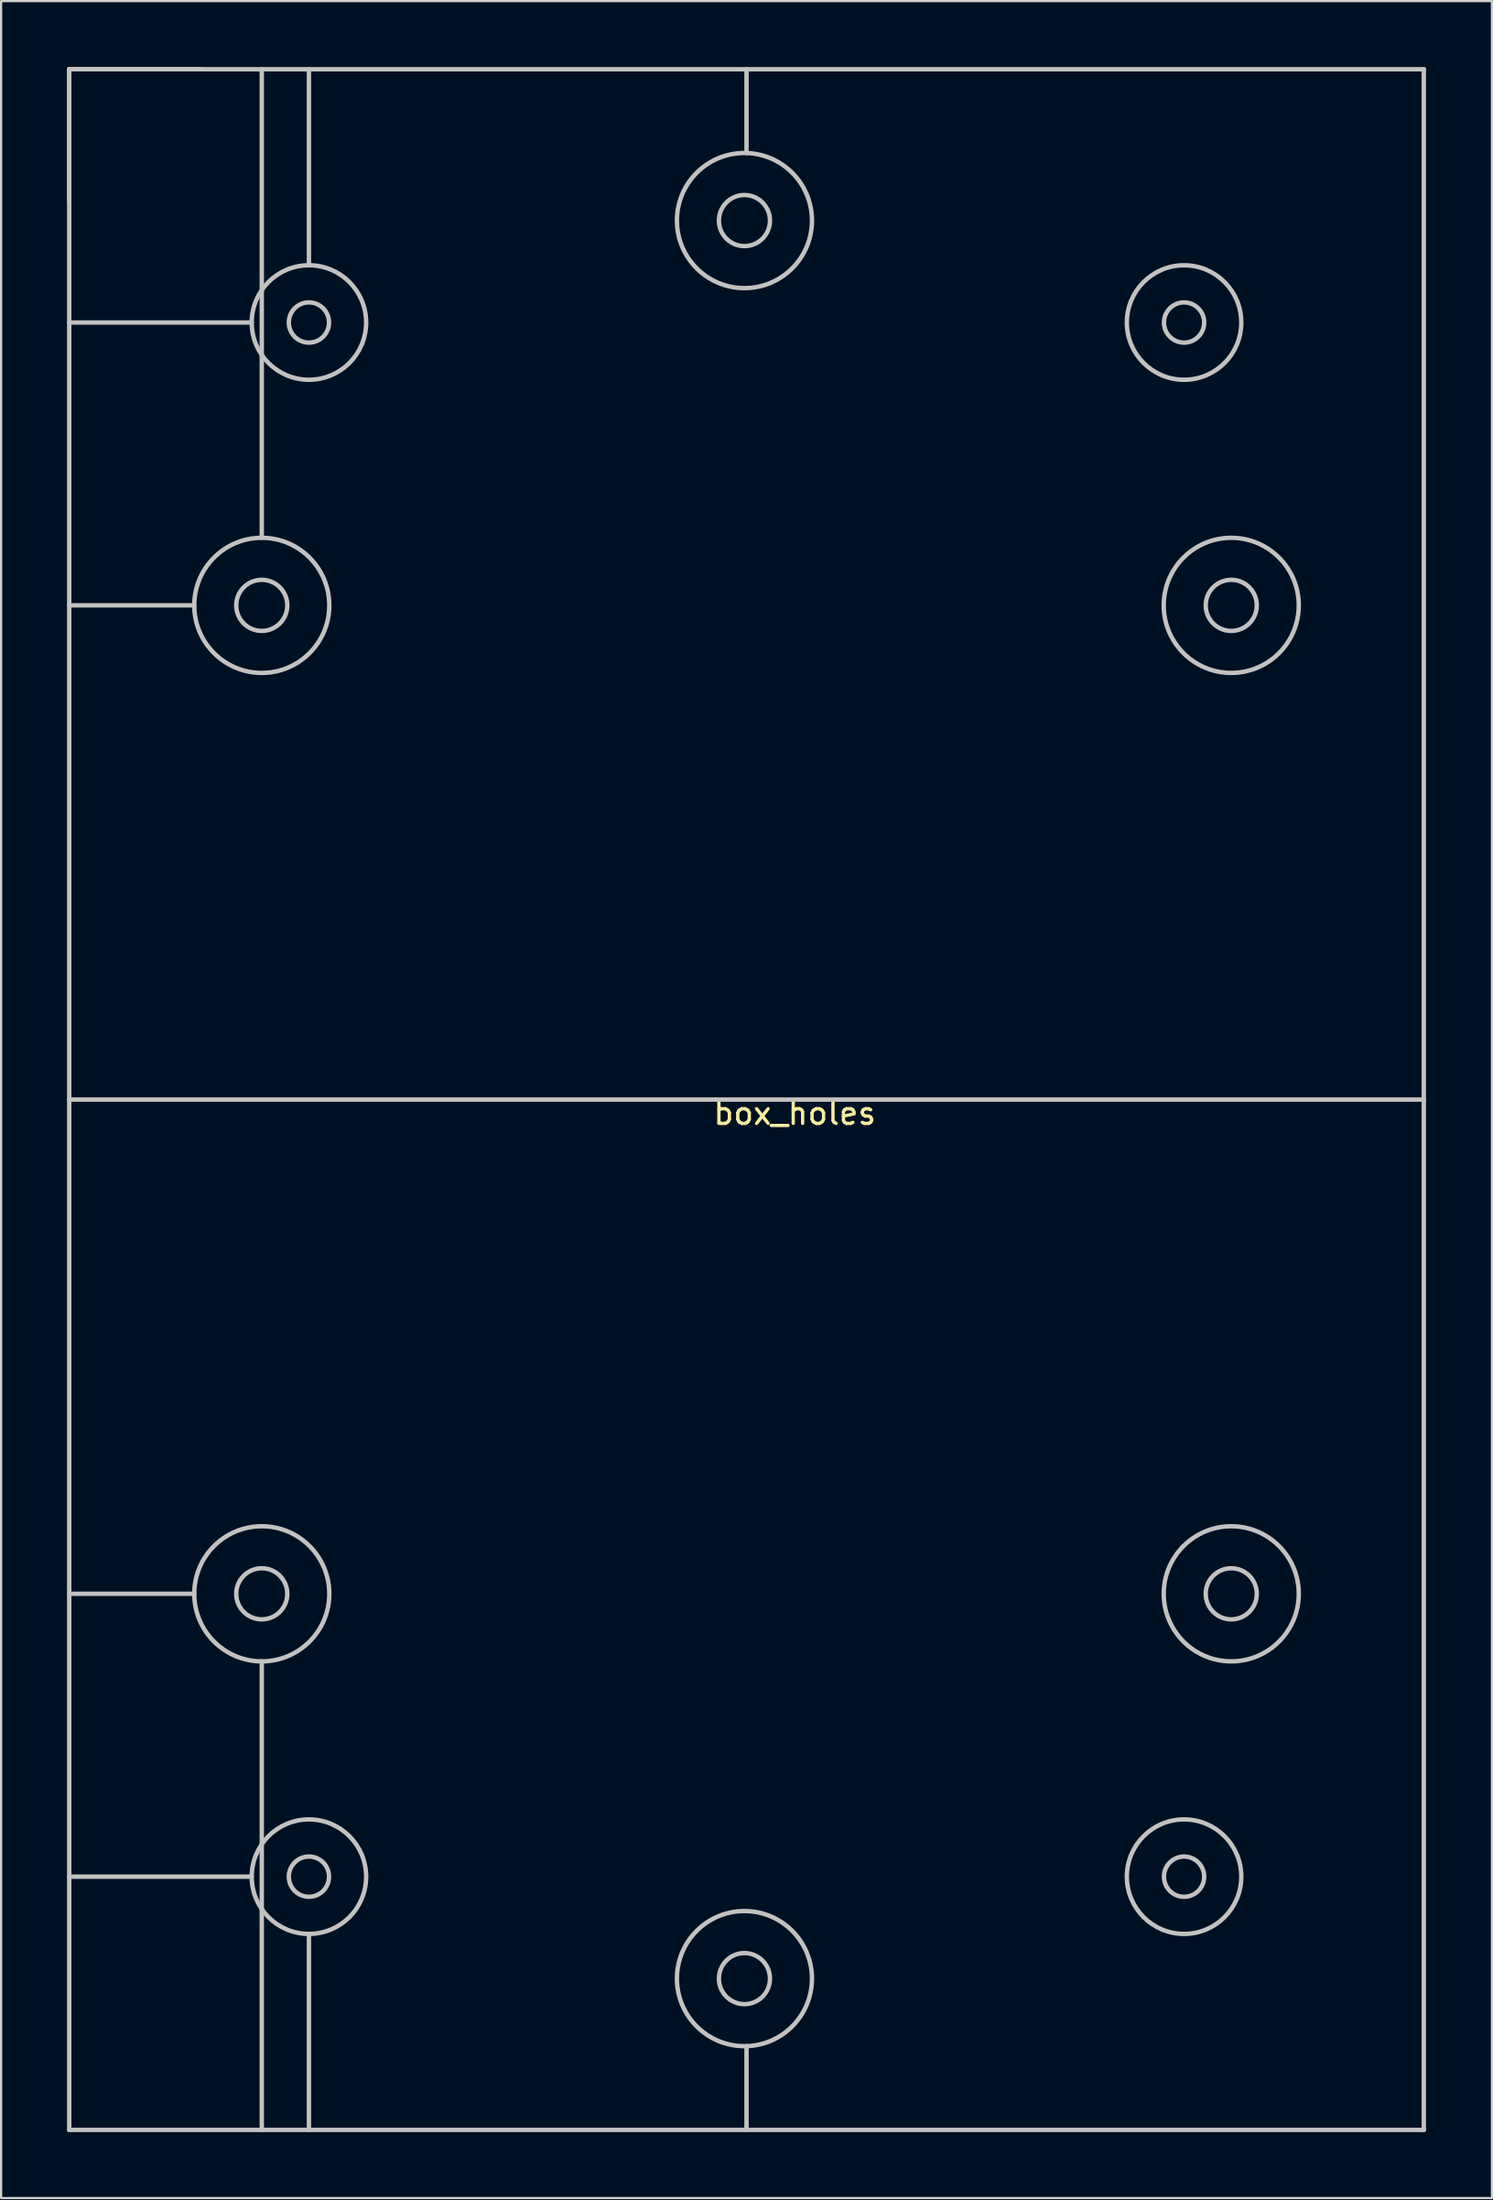
<source format=kicad_pcb>
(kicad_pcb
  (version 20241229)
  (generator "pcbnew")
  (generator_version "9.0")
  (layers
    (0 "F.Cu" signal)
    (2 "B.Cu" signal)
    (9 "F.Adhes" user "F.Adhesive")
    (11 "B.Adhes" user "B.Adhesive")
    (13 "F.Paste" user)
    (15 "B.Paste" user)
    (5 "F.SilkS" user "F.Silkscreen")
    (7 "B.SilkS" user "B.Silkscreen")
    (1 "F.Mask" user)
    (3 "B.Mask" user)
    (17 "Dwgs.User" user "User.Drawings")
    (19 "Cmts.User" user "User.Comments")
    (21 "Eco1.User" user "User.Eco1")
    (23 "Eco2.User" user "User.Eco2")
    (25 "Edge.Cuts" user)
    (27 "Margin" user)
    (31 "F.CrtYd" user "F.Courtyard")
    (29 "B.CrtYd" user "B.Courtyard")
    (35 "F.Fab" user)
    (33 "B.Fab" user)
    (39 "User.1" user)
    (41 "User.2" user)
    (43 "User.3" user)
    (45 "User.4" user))
  (footprint "box_holes"
    (layer "F.Cu")
    (at 33.12 47.09)
    (property "Reference" "box_holes" (at 0 0.5 0) (layer "F.SilkS") (effects (font (size 1 1) (thickness 0.15))))
    (attr through_hole)
    (fp_line (start -33.02 -46.99) (end -33.02 46.736) (stroke (width 0.2) (type solid)) (layer "Dwgs.User"))
    (fp_line (start -33.02 -46.99) (end -27.06 -46.99) (stroke (width 0.2) (type solid)) (layer "Dwgs.User"))
    (fp_line (start -33.02 -41.03) (end -33.02 -46.99) (stroke (width 0.2) (type solid)) (layer "Dwgs.User"))
    (fp_line (start -33.02 46.736) (end 28.626 46.736) (stroke (width 0.2) (type solid)) (layer "Dwgs.User"))
    (fp_line (start -27.33 -22.606) (end -33.02 -22.606) (stroke (width 0.2) (type solid)) (layer "Dwgs.User"))
    (fp_line (start -27.33 22.352) (end -33.02 22.352) (stroke (width 0.2) (type solid)) (layer "Dwgs.User"))
    (fp_line (start -24.714 -35.471) (end -33.02 -35.471) (stroke (width 0.2) (type solid)) (layer "Dwgs.User"))
    (fp_line (start -24.714 35.217) (end -33.02 35.217) (stroke (width 0.2) (type solid)) (layer "Dwgs.User"))
    (fp_line (start -24.257 -25.679) (end -24.257 -46.99) (stroke (width 0.2) (type solid)) (layer "Dwgs.User"))
    (fp_line (start -24.257 25.425) (end -24.257 46.736) (stroke (width 0.2) (type solid)) (layer "Dwgs.User"))
    (fp_line (start -22.111 -46.99) (end -22.111 -38.075) (stroke (width 0.2) (type solid)) (layer "Dwgs.User"))
    (fp_line (start -22.111 46.736) (end -22.111 37.821) (stroke (width 0.2) (type solid)) (layer "Dwgs.User"))
    (fp_line (start -2.197 -46.99) (end -2.197 -43.18) (stroke (width 0.2) (type solid)) (layer "Dwgs.User"))
    (fp_line (start -2.197 46.736) (end -2.197 42.926) (stroke (width 0.2) (type solid)) (layer "Dwgs.User"))
    (fp_line (start 28.626 -46.99) (end -33.02 -46.99) (stroke (width 0.2) (type solid)) (layer "Dwgs.User"))
    (fp_line (start 28.626 -0.127) (end -33.02 -0.127) (stroke (width 0.2) (type solid)) (layer "Dwgs.User"))
    (fp_line (start 28.626 46.736) (end 28.626 -46.99) (stroke (width 0.2) (type solid)) (layer "Dwgs.User"))
    (fp_circle (center -24.257 -22.606) (end -23.095 -22.606) (stroke (width 0.2) (type solid)) (fill no) (layer "Dwgs.User"))
    (fp_circle (center -24.257 -22.606) (end -21.184 -22.606) (stroke (width 0.2) (type solid)) (fill no) (layer "Dwgs.User"))
    (fp_circle (center -24.257 22.352) (end -23.095 22.352) (stroke (width 0.2) (type solid)) (fill no) (layer "Dwgs.User"))
    (fp_circle (center -24.257 22.352) (end -21.184 22.352) (stroke (width 0.2) (type solid)) (fill no) (layer "Dwgs.User"))
    (fp_circle (center -22.111 -35.471) (end -21.196 -35.471) (stroke (width 0.2) (type solid)) (fill no) (layer "Dwgs.User"))
    (fp_circle (center -22.111 -35.471) (end -19.507 -35.471) (stroke (width 0.2) (type solid)) (fill no) (layer "Dwgs.User"))
    (fp_circle (center -22.111 35.217) (end -21.196 35.217) (stroke (width 0.2) (type solid)) (fill no) (layer "Dwgs.User"))
    (fp_circle (center -22.111 35.217) (end -19.507 35.217) (stroke (width 0.2) (type solid)) (fill no) (layer "Dwgs.User"))
    (fp_circle (center -2.291 -40.108) (end -1.129 -40.108) (stroke (width 0.2) (type solid)) (fill no) (layer "Dwgs.User"))
    (fp_circle (center -2.291 -40.108) (end 0.782 -40.108) (stroke (width 0.2) (type solid)) (fill no) (layer "Dwgs.User"))
    (fp_circle (center -2.291 39.854) (end -1.129 39.854) (stroke (width 0.2) (type solid)) (fill no) (layer "Dwgs.User"))
    (fp_circle (center -2.291 39.854) (end 0.782 39.854) (stroke (width 0.2) (type solid)) (fill no) (layer "Dwgs.User"))
    (fp_circle (center 17.716 -35.471) (end 18.631 -35.471) (stroke (width 0.2) (type solid)) (fill no) (layer "Dwgs.User"))
    (fp_circle (center 17.716 -35.471) (end 20.32 -35.471) (stroke (width 0.2) (type solid)) (fill no) (layer "Dwgs.User"))
    (fp_circle (center 17.716 35.217) (end 18.631 35.217) (stroke (width 0.2) (type solid)) (fill no) (layer "Dwgs.User"))
    (fp_circle (center 17.716 35.217) (end 20.32 35.217) (stroke (width 0.2) (type solid)) (fill no) (layer "Dwgs.User"))
    (fp_circle (center 19.863 -22.606) (end 21.025 -22.606) (stroke (width 0.2) (type solid)) (fill no) (layer "Dwgs.User"))
    (fp_circle (center 19.863 -22.606) (end 22.936 -22.606) (stroke (width 0.2) (type solid)) (fill no) (layer "Dwgs.User"))
    (fp_circle (center 19.863 22.352) (end 21.025 22.352) (stroke (width 0.2) (type solid)) (fill no) (layer "Dwgs.User"))
    (fp_circle (center 19.863 22.352) (end 22.936 22.352) (stroke (width 0.2) (type solid)) (fill no) (layer "Dwgs.User")))
  (gr_rect
    (start -3 -3)
    (end 64.846 96.926)
    (stroke (width 0.1) (type default))
    (fill no)
    (layer "Edge.Cuts")))
</source>
